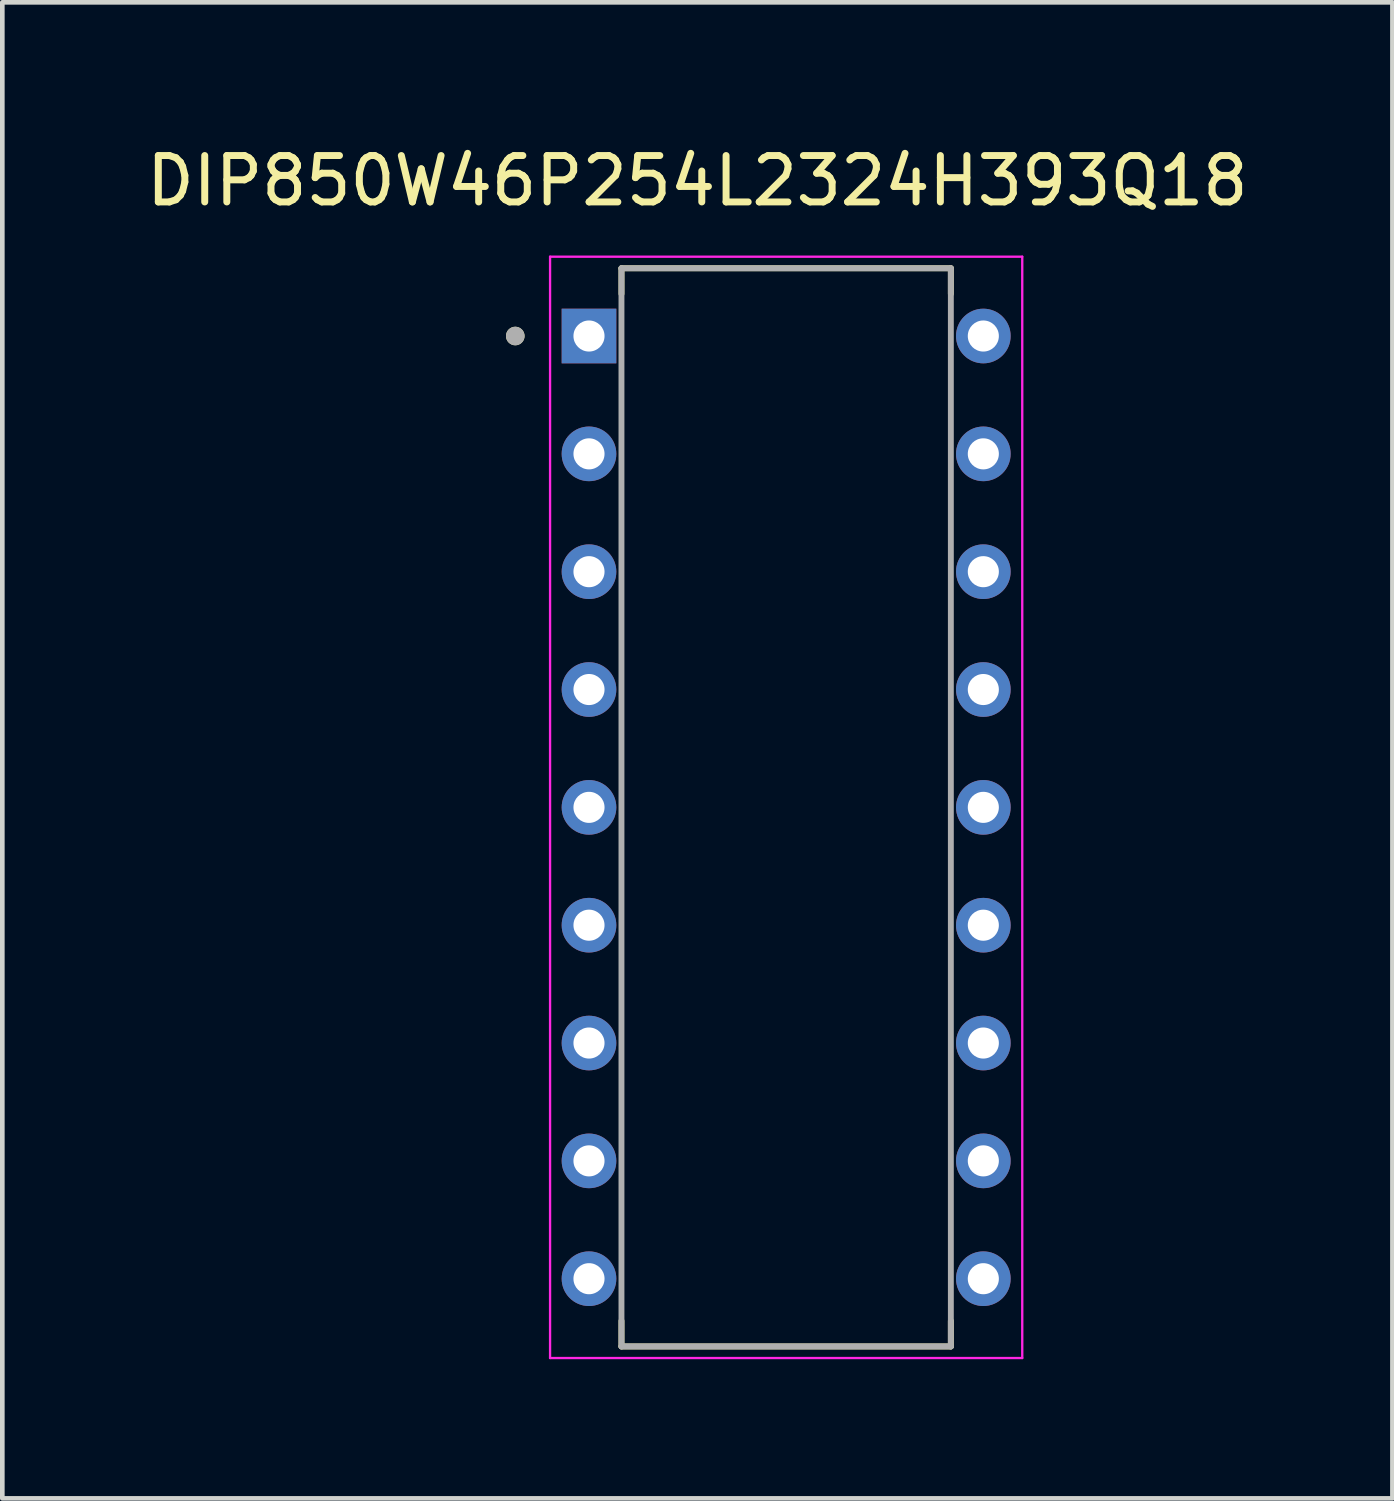
<source format=kicad_pcb>
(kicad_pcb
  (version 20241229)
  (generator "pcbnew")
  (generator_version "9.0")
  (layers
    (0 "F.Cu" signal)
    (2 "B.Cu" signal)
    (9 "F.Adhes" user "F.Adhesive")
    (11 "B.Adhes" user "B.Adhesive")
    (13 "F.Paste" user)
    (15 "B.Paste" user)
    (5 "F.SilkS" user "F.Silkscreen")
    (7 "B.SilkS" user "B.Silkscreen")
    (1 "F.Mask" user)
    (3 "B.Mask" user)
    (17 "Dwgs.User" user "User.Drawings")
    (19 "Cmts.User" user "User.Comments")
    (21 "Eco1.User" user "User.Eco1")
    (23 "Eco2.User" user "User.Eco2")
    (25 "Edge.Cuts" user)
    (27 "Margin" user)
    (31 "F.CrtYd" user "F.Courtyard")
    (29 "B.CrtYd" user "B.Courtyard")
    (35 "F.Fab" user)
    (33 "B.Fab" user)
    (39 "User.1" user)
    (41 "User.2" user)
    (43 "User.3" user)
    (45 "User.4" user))
  (footprint "DIP850W46P254L2324H393Q18"
    (layer "F.Cu")
    (at 13.896 14.353)
    (property "Reference" "DIP850W46P254L2324H393Q18" (at -1.914 -13.505 0) (layer "F.SilkS") (effects (font (size 1 1) (thickness 0.15))))
    (attr through_hole)
    (fp_line (start -3.55 -11.62) (end -3.55 -11.069) (stroke (width 0.127) (type solid)) (layer "F.SilkS"))
    (fp_line (start -3.55 -11.62) (end 3.55 -11.62) (stroke (width 0.127) (type solid)) (layer "F.SilkS"))
    (fp_line (start -3.55 11.62) (end -3.55 11.069) (stroke (width 0.127) (type solid)) (layer "F.SilkS"))
    (fp_line (start -3.55 11.62) (end 3.55 11.62) (stroke (width 0.127) (type solid)) (layer "F.SilkS"))
    (fp_line (start 3.55 -11.62) (end 3.55 -11.069) (stroke (width 0.127) (type solid)) (layer "F.SilkS"))
    (fp_line (start 3.55 11.62) (end 3.55 11.069) (stroke (width 0.127) (type solid)) (layer "F.SilkS"))
    (fp_circle (center -5.839 -10.16) (end -5.739 -10.16) (stroke (width 0.2) (type solid)) (fill no) (layer "F.SilkS"))
    (fp_line (start -5.089 -11.87) (end -5.089 11.87) (stroke (width 0.05) (type solid)) (layer "F.CrtYd"))
    (fp_line (start -5.089 11.87) (end 5.089 11.87) (stroke (width 0.05) (type solid)) (layer "F.CrtYd"))
    (fp_line (start 5.089 -11.87) (end -5.089 -11.87) (stroke (width 0.05) (type solid)) (layer "F.CrtYd"))
    (fp_line (start 5.089 11.87) (end 5.089 -11.87) (stroke (width 0.05) (type solid)) (layer "F.CrtYd"))
    (fp_line (start -3.55 -11.62) (end -3.55 11.62) (stroke (width 0.127) (type solid)) (layer "F.Fab"))
    (fp_line (start -3.55 -11.62) (end 3.55 -11.62) (stroke (width 0.127) (type solid)) (layer "F.Fab"))
    (fp_line (start -3.55 11.62) (end 3.55 11.62) (stroke (width 0.127) (type solid)) (layer "F.Fab"))
    (fp_line (start 3.55 -11.62) (end 3.55 11.62) (stroke (width 0.127) (type solid)) (layer "F.Fab"))
    (fp_circle (center -5.839 -10.16) (end -5.739 -10.16) (stroke (width 0.2) (type solid)) (fill no) (layer "F.Fab"))
    (pad "1" thru_hole rect (at -4.25 -10.16) (size 1.178 1.178) (drill 0.67) (layers "*.Cu" "*.Mask"))
    (pad "2" thru_hole circle (at -4.25 -7.62) (size 1.178 1.178) (drill 0.67) (layers "*.Cu" "*.Mask"))
    (pad "3" thru_hole circle (at -4.25 -5.08) (size 1.178 1.178) (drill 0.67) (layers "*.Cu" "*.Mask"))
    (pad "4" thru_hole circle (at -4.25 -2.54) (size 1.178 1.178) (drill 0.67) (layers "*.Cu" "*.Mask"))
    (pad "5" thru_hole circle (at -4.25 0) (size 1.178 1.178) (drill 0.67) (layers "*.Cu" "*.Mask"))
    (pad "6" thru_hole circle (at -4.25 2.54) (size 1.178 1.178) (drill 0.67) (layers "*.Cu" "*.Mask"))
    (pad "7" thru_hole circle (at -4.25 5.08) (size 1.178 1.178) (drill 0.67) (layers "*.Cu" "*.Mask"))
    (pad "8" thru_hole circle (at -4.25 7.62) (size 1.178 1.178) (drill 0.67) (layers "*.Cu" "*.Mask"))
    (pad "9" thru_hole circle (at -4.25 10.16) (size 1.178 1.178) (drill 0.67) (layers "*.Cu" "*.Mask"))
    (pad "10" thru_hole circle (at 4.25 10.16) (size 1.178 1.178) (drill 0.67) (layers "*.Cu" "*.Mask"))
    (pad "11" thru_hole circle (at 4.25 7.62) (size 1.178 1.178) (drill 0.67) (layers "*.Cu" "*.Mask"))
    (pad "12" thru_hole circle (at 4.25 5.08) (size 1.178 1.178) (drill 0.67) (layers "*.Cu" "*.Mask"))
    (pad "13" thru_hole circle (at 4.25 2.54) (size 1.178 1.178) (drill 0.67) (layers "*.Cu" "*.Mask"))
    (pad "14" thru_hole circle (at 4.25 0) (size 1.178 1.178) (drill 0.67) (layers "*.Cu" "*.Mask"))
    (pad "15" thru_hole circle (at 4.25 -2.54) (size 1.178 1.178) (drill 0.67) (layers "*.Cu" "*.Mask"))
    (pad "16" thru_hole circle (at 4.25 -5.08) (size 1.178 1.178) (drill 0.67) (layers "*.Cu" "*.Mask"))
    (pad "17" thru_hole circle (at 4.25 -7.62) (size 1.178 1.178) (drill 0.67) (layers "*.Cu" "*.Mask"))
    (pad "18" thru_hole circle (at 4.25 -10.16) (size 1.178 1.178) (drill 0.67) (layers "*.Cu" "*.Mask")))
  (gr_rect
    (start -3 -3)
    (end 26.964 29.248)
    (stroke (width 0.1) (type default))
    (fill no)
    (layer "Edge.Cuts")))
</source>
